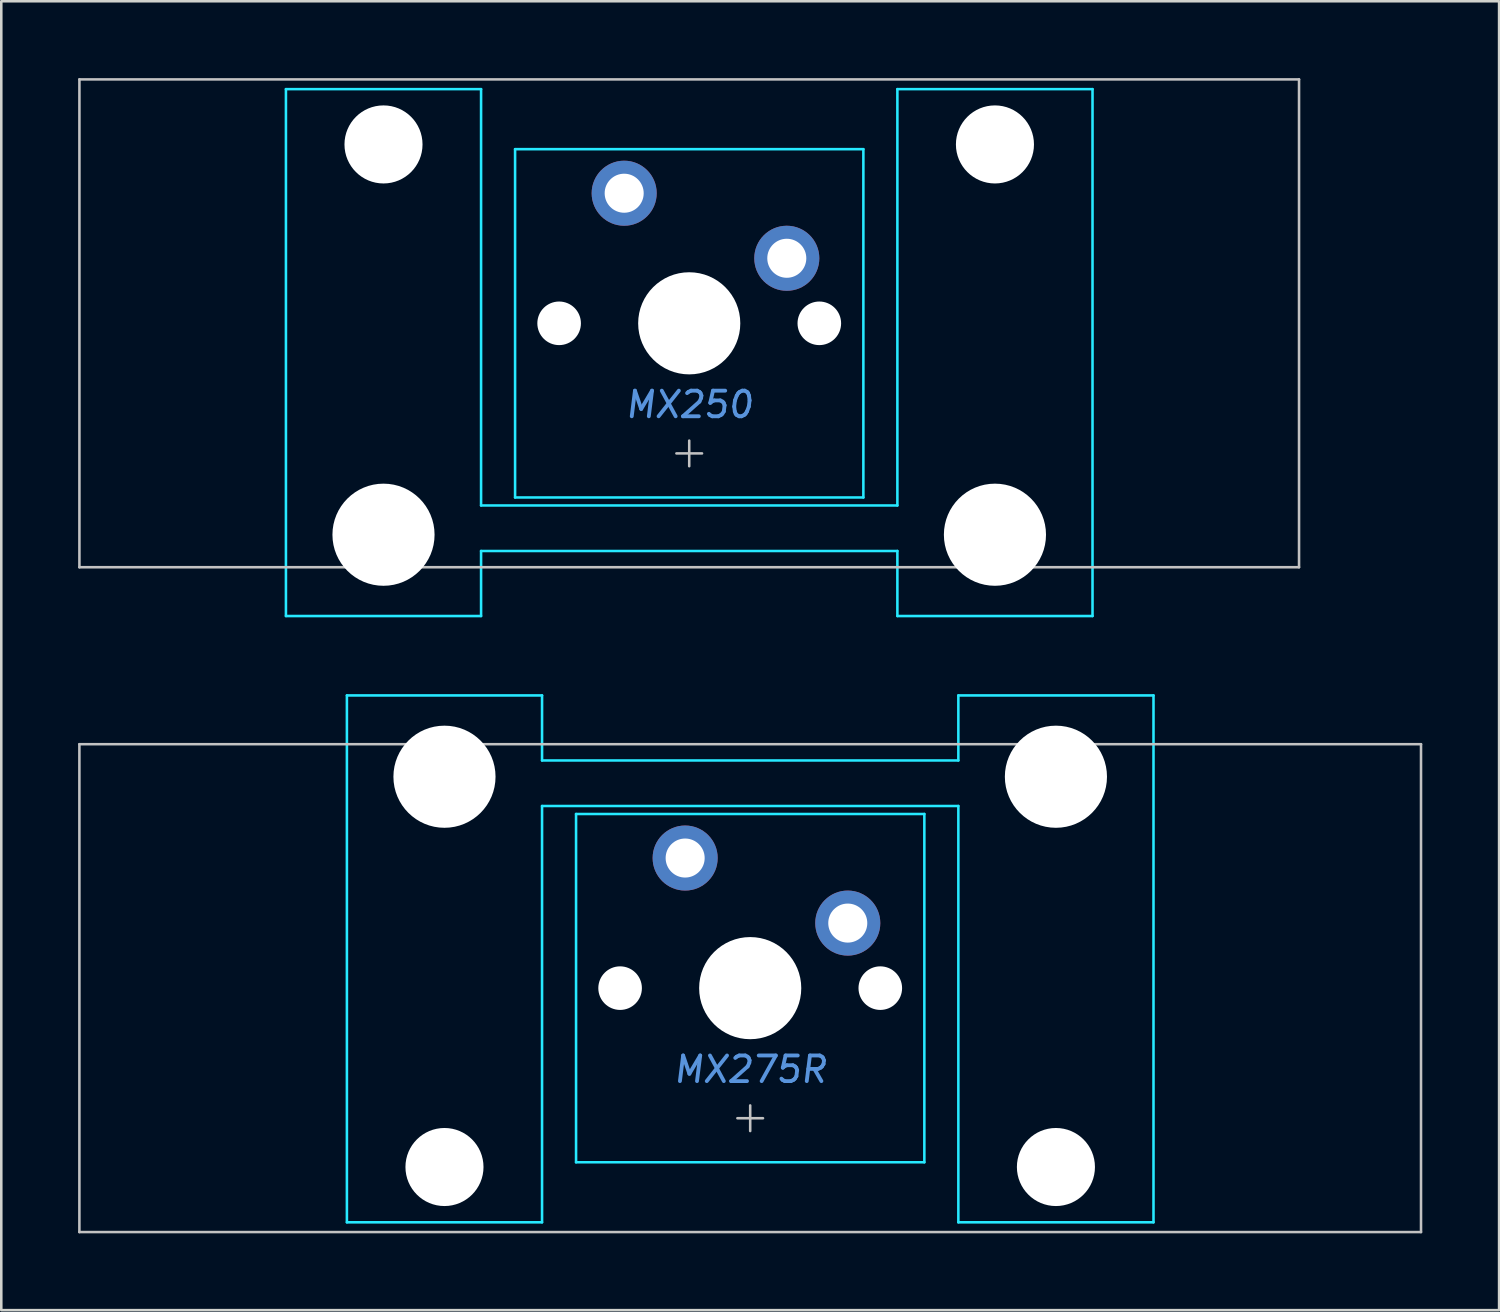
<source format=kicad_pcb>
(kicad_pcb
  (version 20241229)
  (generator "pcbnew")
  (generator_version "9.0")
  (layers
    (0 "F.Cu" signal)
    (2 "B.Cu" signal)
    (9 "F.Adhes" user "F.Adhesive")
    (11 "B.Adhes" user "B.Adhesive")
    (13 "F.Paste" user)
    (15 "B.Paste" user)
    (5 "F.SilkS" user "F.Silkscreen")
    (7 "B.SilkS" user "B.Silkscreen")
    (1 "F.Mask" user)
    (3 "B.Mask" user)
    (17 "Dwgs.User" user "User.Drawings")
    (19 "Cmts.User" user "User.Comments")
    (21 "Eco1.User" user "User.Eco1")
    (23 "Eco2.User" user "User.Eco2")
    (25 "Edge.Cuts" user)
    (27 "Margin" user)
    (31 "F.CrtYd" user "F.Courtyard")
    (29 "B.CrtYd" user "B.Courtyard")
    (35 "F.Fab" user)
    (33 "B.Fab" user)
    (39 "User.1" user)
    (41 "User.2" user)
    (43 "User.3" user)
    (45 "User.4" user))
  (footprint "MX275R"
    (layer "F.Cu")
    (at 26.244 35.535)
    (property "Reference" "MX275R" (at 0 3.175 0) (layer "Cmts.User") (effects (font (size 1 1) (thickness 0.15) (italic yes))))
    (attr through_hole)
    (fp_line (start -26.194 -9.525) (end -26.194 9.525) (stroke (width 0.1) (type solid)) (layer "Dwgs.User"))
    (fp_line (start -26.194 -9.525) (end 26.194 -9.525) (stroke (width 0.1) (type solid)) (layer "Dwgs.User"))
    (fp_line (start -26.194 9.525) (end 26.194 9.525) (stroke (width 0.1) (type solid)) (layer "Dwgs.User"))
    (fp_line (start -0.5 5.08) (end 0.5 5.08) (stroke (width 0.1) (type solid)) (layer "Dwgs.User"))
    (fp_line (start 0 5.58) (end 0 4.58) (stroke (width 0.1) (type solid)) (layer "Dwgs.User"))
    (fp_line (start 26.194 -9.525) (end 26.194 9.525) (stroke (width 0.1) (type solid)) (layer "Dwgs.User"))
    (fp_line (start -15.438 -8.515) (end -15.438 5.485) (stroke (width 0.1) (type solid)) (layer "Eco1.User"))
    (fp_line (start -14.938 -9.015) (end -8.938 -9.015) (stroke (width 0.1) (type solid)) (layer "Eco1.User"))
    (fp_line (start -8.938 5.985) (end -14.938 5.985) (stroke (width 0.1) (type solid)) (layer "Eco1.User"))
    (fp_line (start -8.438 5.485) (end -8.438 -8.515) (stroke (width 0.1) (type solid)) (layer "Eco1.User"))
    (fp_line (start -7 -6.5) (end -7 6.5) (stroke (width 0.1) (type solid)) (layer "Eco1.User"))
    (fp_line (start -6.5 7) (end 6.5 7) (stroke (width 0.1) (type solid)) (layer "Eco1.User"))
    (fp_line (start 6.5 -7) (end -6.5 -7) (stroke (width 0.1) (type solid)) (layer "Eco1.User"))
    (fp_line (start 7 6.5) (end 7 -6.5) (stroke (width 0.1) (type solid)) (layer "Eco1.User"))
    (fp_line (start 8.438 -8.515) (end 8.438 5.485) (stroke (width 0.1) (type solid)) (layer "Eco1.User"))
    (fp_line (start 8.938 -9.015) (end 14.938 -9.015) (stroke (width 0.1) (type solid)) (layer "Eco1.User"))
    (fp_line (start 14.938 5.985) (end 8.938 5.985) (stroke (width 0.1) (type solid)) (layer "Eco1.User"))
    (fp_line (start 15.438 5.485) (end 15.438 -8.515) (stroke (width 0.1) (type solid)) (layer "Eco1.User"))
    (fp_arc (start -15.438 -8.515) (mid -15.291553 -8.868553) (end -14.938 -9.015) (stroke (width 0.1) (type solid)) (layer "Eco1.User"))
    (fp_arc (start -14.938 5.985) (mid -15.291553 5.838553) (end -15.438 5.485) (stroke (width 0.1) (type solid)) (layer "Eco1.User"))
    (fp_arc (start -8.938 -9.015) (mid -8.584447 -8.868553) (end -8.438 -8.515) (stroke (width 0.1) (type solid)) (layer "Eco1.User"))
    (fp_arc (start -8.438 5.485) (mid -8.584447 5.838553) (end -8.938 5.985) (stroke (width 0.1) (type solid)) (layer "Eco1.User"))
    (fp_arc (start -7 -6.5) (mid -6.853553 -6.853553) (end -6.5 -7) (stroke (width 0.1) (type solid)) (layer "Eco1.User"))
    (fp_arc (start -6.5 7) (mid -6.853553 6.853553) (end -7 6.5) (stroke (width 0.1) (type solid)) (layer "Eco1.User"))
    (fp_arc (start 6.5 -7) (mid 6.853553 -6.853553) (end 7 -6.5) (stroke (width 0.1) (type solid)) (layer "Eco1.User"))
    (fp_arc (start 7 6.5) (mid 6.853553 6.853553) (end 6.5 7) (stroke (width 0.1) (type solid)) (layer "Eco1.User"))
    (fp_arc (start 8.438 -8.515) (mid 8.584447 -8.868553) (end 8.938 -9.015) (stroke (width 0.1) (type solid)) (layer "Eco1.User"))
    (fp_arc (start 8.938 5.985) (mid 8.584447 5.838553) (end 8.438 5.485) (stroke (width 0.1) (type solid)) (layer "Eco1.User"))
    (fp_arc (start 14.938 -9.015) (mid 15.291553 -8.868553) (end 15.438 -8.515) (stroke (width 0.1) (type solid)) (layer "Eco1.User"))
    (fp_arc (start 15.438 5.485) (mid 15.291553 5.838553) (end 14.938 5.985) (stroke (width 0.1) (type solid)) (layer "Eco1.User"))
    (fp_line (start -15.748 -11.43) (end -8.128 -11.43) (stroke (width 0.1) (type solid)) (layer "B.CrtYd"))
    (fp_line (start -15.748 9.144) (end -15.748 -11.43) (stroke (width 0.1) (type solid)) (layer "B.CrtYd"))
    (fp_line (start -8.128 -11.43) (end -8.128 -8.89) (stroke (width 0.1) (type solid)) (layer "B.CrtYd"))
    (fp_line (start -8.128 9.144) (end -15.748 9.144) (stroke (width 0.1) (type solid)) (layer "B.CrtYd"))
    (fp_line (start -8.128 9.144) (end -8.128 -7.112) (stroke (width 0.1) (type solid)) (layer "B.CrtYd"))
    (fp_line (start -6.8 6.8) (end -6.8 -6.8) (stroke (width 0.1) (type solid)) (layer "B.CrtYd"))
    (fp_line (start 6.8 -6.8) (end -6.8 -6.8) (stroke (width 0.1) (type solid)) (layer "B.CrtYd"))
    (fp_line (start 6.8 6.8) (end -6.8 6.8) (stroke (width 0.1) (type solid)) (layer "B.CrtYd"))
    (fp_line (start 6.8 6.8) (end 6.8 -6.8) (stroke (width 0.1) (type solid)) (layer "B.CrtYd"))
    (fp_line (start 8.128 -11.43) (end 8.128 -8.89) (stroke (width 0.1) (type solid)) (layer "B.CrtYd"))
    (fp_line (start 8.128 -11.43) (end 15.748 -11.43) (stroke (width 0.1) (type solid)) (layer "B.CrtYd"))
    (fp_line (start 8.128 -8.89) (end -8.128 -8.89) (stroke (width 0.1) (type solid)) (layer "B.CrtYd"))
    (fp_line (start 8.128 -7.112) (end -8.128 -7.112) (stroke (width 0.1) (type solid)) (layer "B.CrtYd"))
    (fp_line (start 8.128 9.144) (end 8.128 -7.112) (stroke (width 0.1) (type solid)) (layer "B.CrtYd"))
    (fp_line (start 15.748 -11.43) (end 15.748 9.144) (stroke (width 0.1) (type solid)) (layer "B.CrtYd"))
    (fp_line (start 15.748 9.144) (end 8.128 9.144) (stroke (width 0.1) (type solid)) (layer "B.CrtYd"))
    (pad "" np_thru_hole circle (at -11.938 -8.255 180) (size 3.988 3.988) (drill 3.988) (layers "*.Cu" "*.Mask"))
    (pad "" np_thru_hole circle (at -11.938 6.985 180) (size 3.048 3.048) (drill 3.048) (layers "*.Cu" "*.Mask"))
    (pad "" np_thru_hole circle (at -5.08 0) (size 1.702 1.702) (drill 1.702) (layers "*.Cu" "*.Mask"))
    (pad "" connect circle (at -2.54 -5.08) (size 1.524 1.524) (layers "B.Mask"))
    (pad "" np_thru_hole circle (at 0 0) (size 3.988 3.988) (drill 3.988) (layers "*.Cu" "*.Mask"))
    (pad "" connect circle (at 3.81 -2.54) (size 1.524 1.524) (layers "B.Mask"))
    (pad "" np_thru_hole circle (at 5.08 0) (size 1.702 1.702) (drill 1.702) (layers "*.Cu" "*.Mask"))
    (pad "" np_thru_hole circle (at 11.938 -8.255 180) (size 3.988 3.988) (drill 3.988) (layers "*.Cu" "*.Mask"))
    (pad "" np_thru_hole circle (at 11.938 6.985 180) (size 3.048 3.048) (drill 3.048) (layers "*.Cu" "*.Mask"))
    (pad "1" thru_hole circle (at -2.54 -5.08) (size 2.54 2.54) (drill 1.524) (layers "*.Cu" "F.Mask"))
    (pad "2" thru_hole circle (at 3.81 -2.54) (size 2.54 2.54) (drill 1.524) (layers "*.Cu" "F.Mask")))
  (footprint "MX250"
    (layer "F.Cu")
    (at 23.863 9.575)
    (property "Reference" "MX250" (at 0 3.175 0) (layer "Cmts.User") (effects (font (size 1 1) (thickness 0.15) (italic yes))))
    (attr through_hole)
    (fp_line (start -23.812 -9.525) (end -23.812 9.525) (stroke (width 0.1) (type solid)) (layer "Dwgs.User"))
    (fp_line (start -23.812 -9.525) (end 23.812 -9.525) (stroke (width 0.1) (type solid)) (layer "Dwgs.User"))
    (fp_line (start -23.812 9.525) (end 23.812 9.525) (stroke (width 0.1) (type solid)) (layer "Dwgs.User"))
    (fp_line (start -0.5 5.08) (end 0.5 5.08) (stroke (width 0.1) (type solid)) (layer "Dwgs.User"))
    (fp_line (start 0 5.58) (end 0 4.58) (stroke (width 0.1) (type solid)) (layer "Dwgs.User"))
    (fp_line (start 23.812 -9.525) (end 23.812 9.525) (stroke (width 0.1) (type solid)) (layer "Dwgs.User"))
    (fp_line (start -15.438 -5.485) (end -15.438 8.515) (stroke (width 0.1) (type solid)) (layer "Eco1.User"))
    (fp_line (start -14.938 -5.985) (end -8.938 -5.985) (stroke (width 0.1) (type solid)) (layer "Eco1.User"))
    (fp_line (start -8.938 9.015) (end -14.938 9.015) (stroke (width 0.1) (type solid)) (layer "Eco1.User"))
    (fp_line (start -8.438 8.515) (end -8.438 -5.485) (stroke (width 0.1) (type solid)) (layer "Eco1.User"))
    (fp_line (start -7 -6.5) (end -7 6.5) (stroke (width 0.1) (type solid)) (layer "Eco1.User"))
    (fp_line (start -6.5 7) (end 6.5 7) (stroke (width 0.1) (type solid)) (layer "Eco1.User"))
    (fp_line (start 6.5 -7) (end -6.5 -7) (stroke (width 0.1) (type solid)) (layer "Eco1.User"))
    (fp_line (start 7 6.5) (end 7 -6.5) (stroke (width 0.1) (type solid)) (layer "Eco1.User"))
    (fp_line (start 8.438 -5.485) (end 8.438 8.515) (stroke (width 0.1) (type solid)) (layer "Eco1.User"))
    (fp_line (start 8.938 -5.985) (end 14.938 -5.985) (stroke (width 0.1) (type solid)) (layer "Eco1.User"))
    (fp_line (start 14.938 9.015) (end 8.938 9.015) (stroke (width 0.1) (type solid)) (layer "Eco1.User"))
    (fp_line (start 15.438 8.515) (end 15.438 -5.485) (stroke (width 0.1) (type solid)) (layer "Eco1.User"))
    (fp_arc (start -15.438 -5.485) (mid -15.291553 -5.838553) (end -14.938 -5.985) (stroke (width 0.1) (type solid)) (layer "Eco1.User"))
    (fp_arc (start -14.938 9.015) (mid -15.291553 8.868553) (end -15.438 8.515) (stroke (width 0.1) (type solid)) (layer "Eco1.User"))
    (fp_arc (start -8.938 -5.985) (mid -8.584447 -5.838553) (end -8.438 -5.485) (stroke (width 0.1) (type solid)) (layer "Eco1.User"))
    (fp_arc (start -8.438 8.515) (mid -8.584447 8.868553) (end -8.938 9.015) (stroke (width 0.1) (type solid)) (layer "Eco1.User"))
    (fp_arc (start -7 -6.5) (mid -6.853553 -6.853553) (end -6.5 -7) (stroke (width 0.1) (type solid)) (layer "Eco1.User"))
    (fp_arc (start -6.5 7) (mid -6.853553 6.853553) (end -7 6.5) (stroke (width 0.1) (type solid)) (layer "Eco1.User"))
    (fp_arc (start 6.5 -7) (mid 6.853553 -6.853553) (end 7 -6.5) (stroke (width 0.1) (type solid)) (layer "Eco1.User"))
    (fp_arc (start 7 6.5) (mid 6.853553 6.853553) (end 6.5 7) (stroke (width 0.1) (type solid)) (layer "Eco1.User"))
    (fp_arc (start 8.438 -5.485) (mid 8.584447 -5.838553) (end 8.938 -5.985) (stroke (width 0.1) (type solid)) (layer "Eco1.User"))
    (fp_arc (start 8.938 9.015) (mid 8.584447 8.868553) (end 8.438 8.515) (stroke (width 0.1) (type solid)) (layer "Eco1.User"))
    (fp_arc (start 14.938 -5.985) (mid 15.291553 -5.838553) (end 15.438 -5.485) (stroke (width 0.1) (type solid)) (layer "Eco1.User"))
    (fp_arc (start 15.438 8.515) (mid 15.291553 8.868553) (end 14.938 9.015) (stroke (width 0.1) (type solid)) (layer "Eco1.User"))
    (fp_line (start -15.748 -9.144) (end -8.128 -9.144) (stroke (width 0.1) (type solid)) (layer "B.CrtYd"))
    (fp_line (start -15.748 11.43) (end -15.748 -9.144) (stroke (width 0.1) (type solid)) (layer "B.CrtYd"))
    (fp_line (start -8.128 -9.144) (end -8.128 7.112) (stroke (width 0.1) (type solid)) (layer "B.CrtYd"))
    (fp_line (start -8.128 7.112) (end 8.128 7.112) (stroke (width 0.1) (type solid)) (layer "B.CrtYd"))
    (fp_line (start -8.128 8.89) (end 8.128 8.89) (stroke (width 0.1) (type solid)) (layer "B.CrtYd"))
    (fp_line (start -8.128 11.43) (end -15.748 11.43) (stroke (width 0.1) (type solid)) (layer "B.CrtYd"))
    (fp_line (start -8.128 11.43) (end -8.128 8.89) (stroke (width 0.1) (type solid)) (layer "B.CrtYd"))
    (fp_line (start -6.8 6.8) (end -6.8 -6.8) (stroke (width 0.1) (type solid)) (layer "B.CrtYd"))
    (fp_line (start 6.8 -6.8) (end -6.8 -6.8) (stroke (width 0.1) (type solid)) (layer "B.CrtYd"))
    (fp_line (start 6.8 6.8) (end -6.8 6.8) (stroke (width 0.1) (type solid)) (layer "B.CrtYd"))
    (fp_line (start 6.8 6.8) (end 6.8 -6.8) (stroke (width 0.1) (type solid)) (layer "B.CrtYd"))
    (fp_line (start 8.128 -9.144) (end 8.128 7.112) (stroke (width 0.1) (type solid)) (layer "B.CrtYd"))
    (fp_line (start 8.128 -9.144) (end 15.748 -9.144) (stroke (width 0.1) (type solid)) (layer "B.CrtYd"))
    (fp_line (start 8.128 11.43) (end 8.128 8.89) (stroke (width 0.1) (type solid)) (layer "B.CrtYd"))
    (fp_line (start 15.748 -9.144) (end 15.748 11.43) (stroke (width 0.1) (type solid)) (layer "B.CrtYd"))
    (fp_line (start 15.748 11.43) (end 8.128 11.43) (stroke (width 0.1) (type solid)) (layer "B.CrtYd"))
    (pad "" np_thru_hole circle (at -11.938 -6.985) (size 3.048 3.048) (drill 3.048) (layers "*.Cu" "*.Mask"))
    (pad "" np_thru_hole circle (at -11.938 8.255) (size 3.988 3.988) (drill 3.988) (layers "*.Cu" "*.Mask"))
    (pad "" np_thru_hole circle (at -5.08 0) (size 1.702 1.702) (drill 1.702) (layers "*.Cu" "*.Mask"))
    (pad "" connect circle (at -2.54 -5.08) (size 1.524 1.524) (layers "B.Mask"))
    (pad "" np_thru_hole circle (at 0 0) (size 3.988 3.988) (drill 3.988) (layers "*.Cu" "*.Mask"))
    (pad "" connect circle (at 3.81 -2.54) (size 1.524 1.524) (layers "B.Mask"))
    (pad "" np_thru_hole circle (at 5.08 0) (size 1.702 1.702) (drill 1.702) (layers "*.Cu" "*.Mask"))
    (pad "" np_thru_hole circle (at 11.938 -6.985) (size 3.048 3.048) (drill 3.048) (layers "*.Cu" "*.Mask"))
    (pad "" np_thru_hole circle (at 11.938 8.255) (size 3.988 3.988) (drill 3.988) (layers "*.Cu" "*.Mask"))
    (pad "1" thru_hole circle (at -2.54 -5.08) (size 2.54 2.54) (drill 1.524) (layers "*.Cu" "F.Mask"))
    (pad "2" thru_hole circle (at 3.81 -2.54) (size 2.54 2.54) (drill 1.524) (layers "*.Cu" "F.Mask")))
  (gr_rect
    (start -3 -3)
    (end 55.487 48.11)
    (stroke (width 0.1) (type default))
    (fill no)
    (layer "Edge.Cuts")))
</source>
